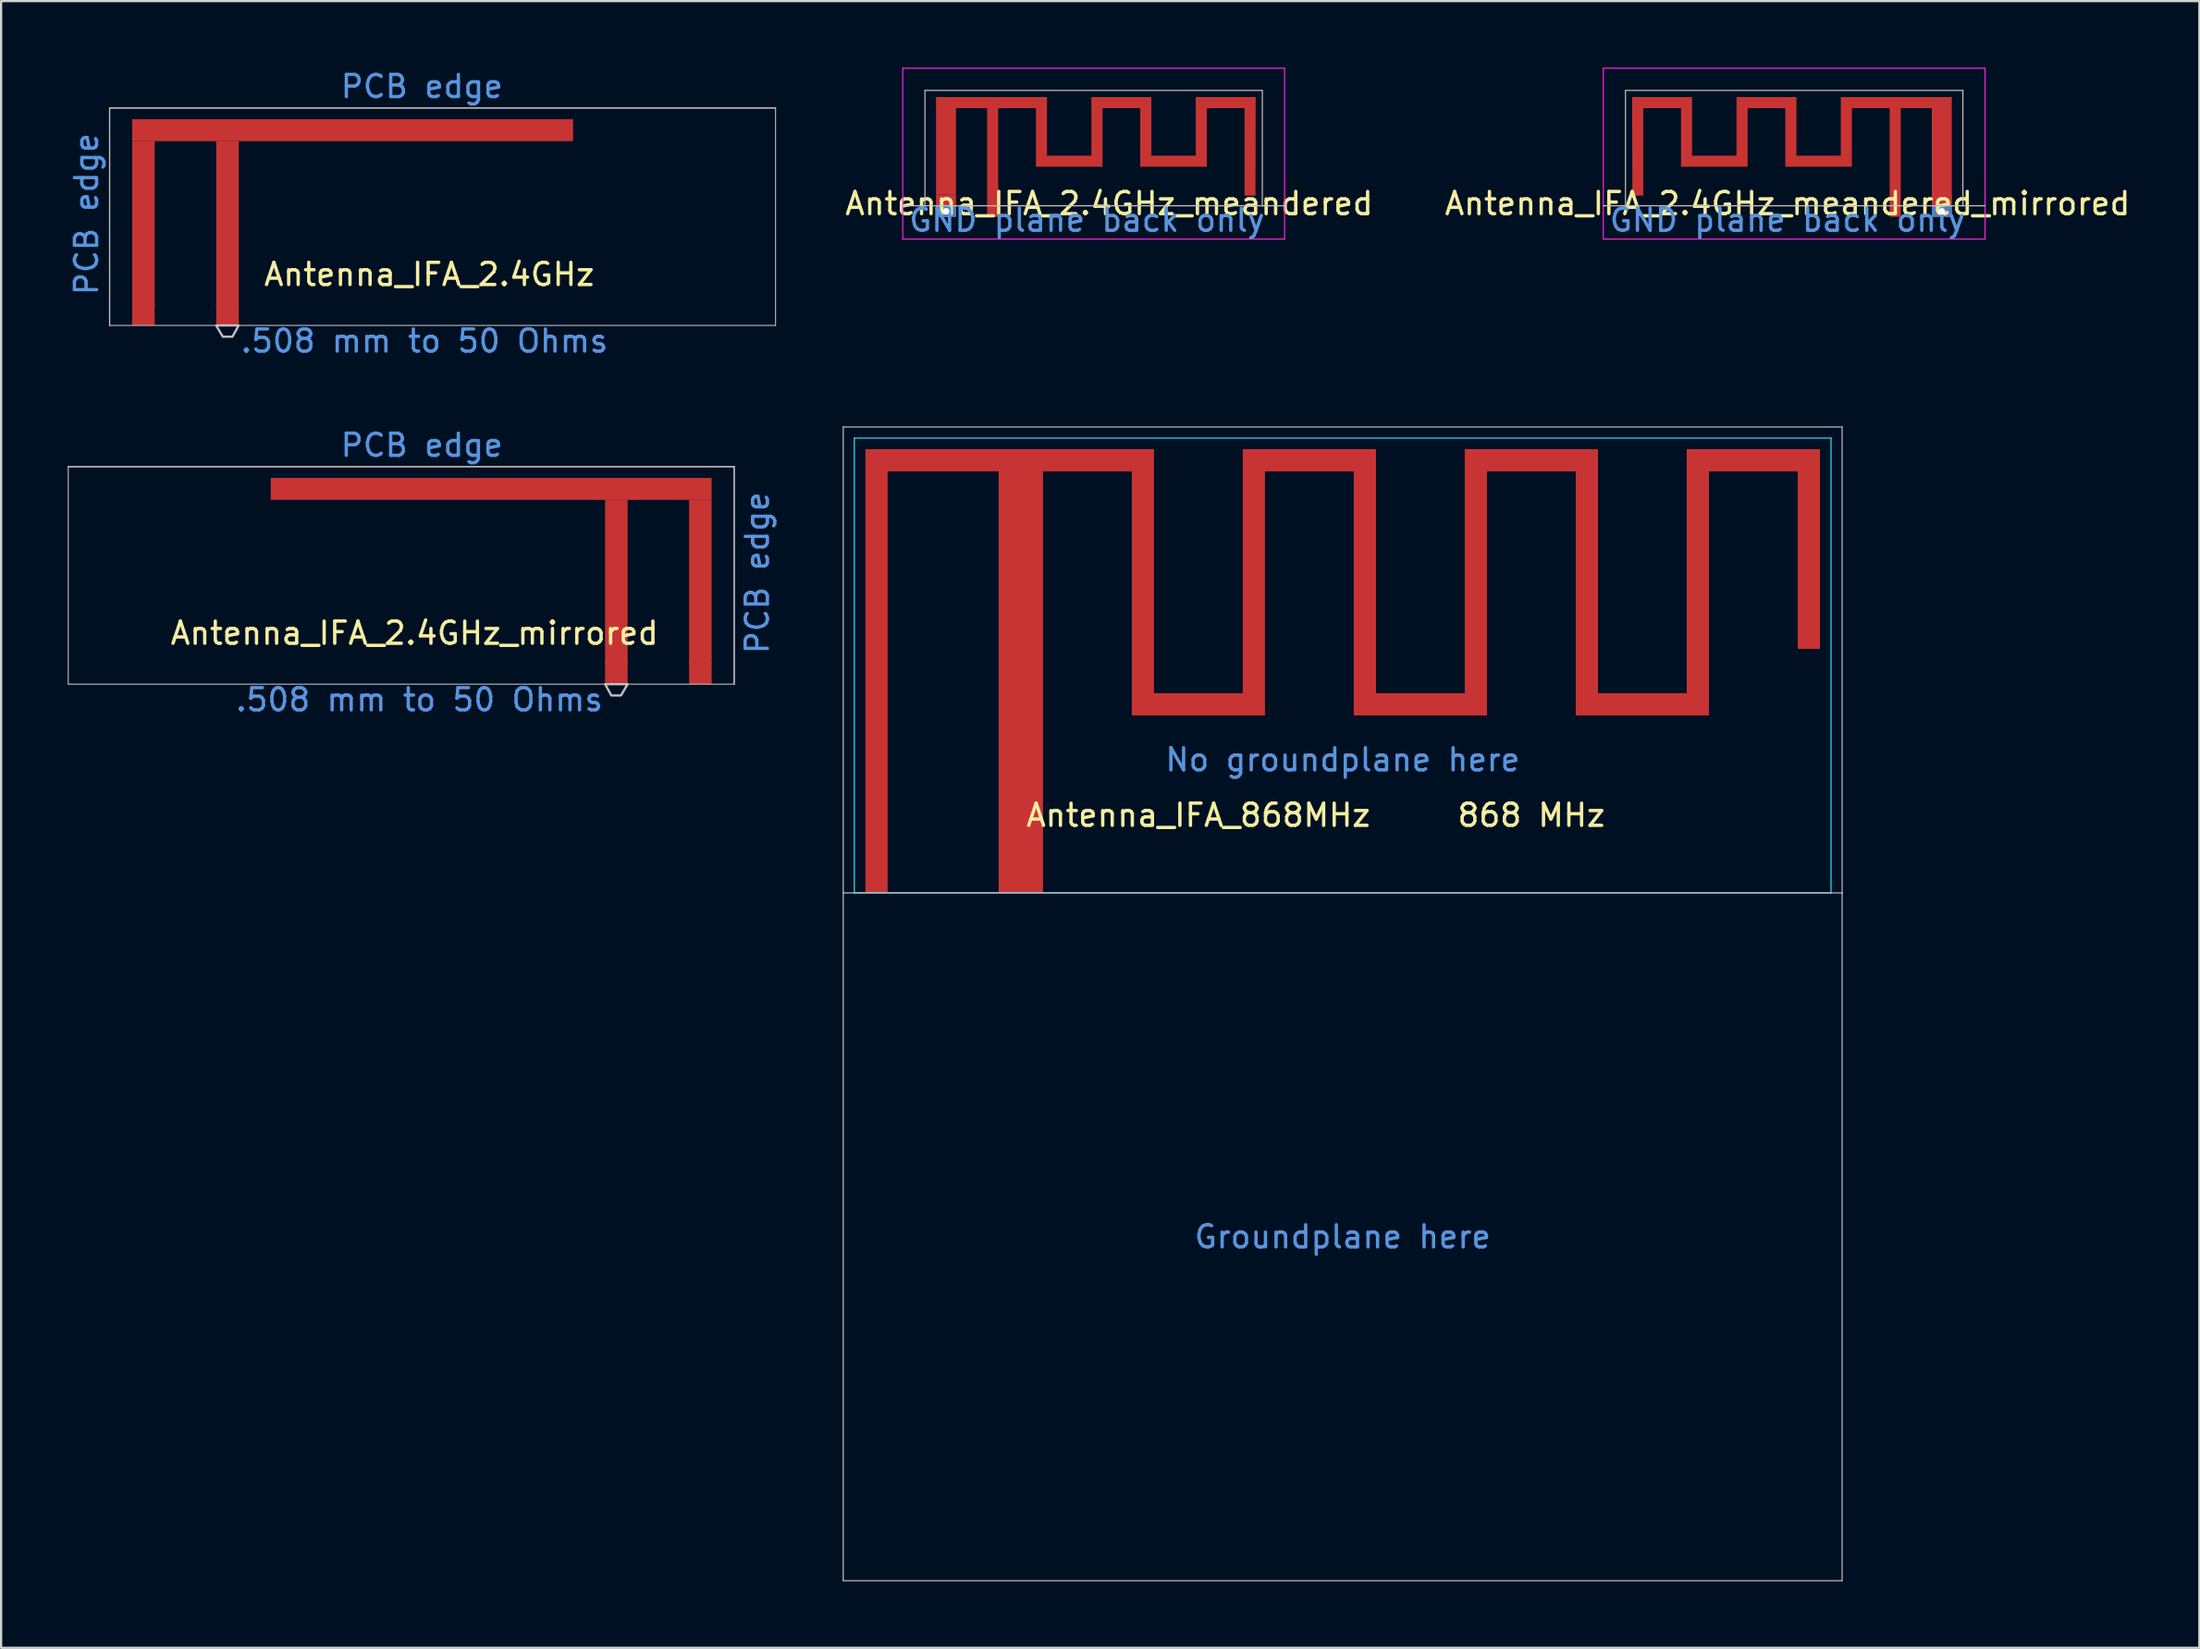
<source format=kicad_pcb>
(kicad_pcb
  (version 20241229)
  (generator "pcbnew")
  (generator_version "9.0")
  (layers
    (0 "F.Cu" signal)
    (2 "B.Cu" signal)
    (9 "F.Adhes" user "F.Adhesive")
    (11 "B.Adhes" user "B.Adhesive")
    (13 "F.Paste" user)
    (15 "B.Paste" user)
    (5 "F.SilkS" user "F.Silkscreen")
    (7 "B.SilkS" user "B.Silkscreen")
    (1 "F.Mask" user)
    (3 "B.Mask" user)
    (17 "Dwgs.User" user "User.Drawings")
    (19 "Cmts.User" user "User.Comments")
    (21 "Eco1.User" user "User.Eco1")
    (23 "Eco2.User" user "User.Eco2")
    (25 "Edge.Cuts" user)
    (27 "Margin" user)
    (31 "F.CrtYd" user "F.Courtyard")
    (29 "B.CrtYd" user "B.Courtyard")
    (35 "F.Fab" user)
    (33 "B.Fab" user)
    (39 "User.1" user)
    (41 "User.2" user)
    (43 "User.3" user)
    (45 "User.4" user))
  (footprint "Antenna_IFA_2.4GHz"
    (layer "F.Cu")
    (at 1.888 11.618)
    (property "Reference" "Antenna_IFA_2.4GHz" (at 14.4 -2.3 0) (layer "F.SilkS") (effects (font (size 1 1) (thickness 0.15))))
    (attr exclude_from_pos_files exclude_from_bom)
    (fp_poly (pts (xy 2.032 -0.9) (xy 1.016 -0.9) (xy 1.016 -8.306) (xy 2.032 -8.306)) (stroke (width 0) (type solid)) (fill yes) (layer "F.Cu"))
    (fp_poly (pts (xy 5.817 -0.9) (xy 4.801 -0.9) (xy 4.801 -8.306) (xy 5.817 -8.306)) (stroke (width 0) (type solid)) (fill yes) (layer "F.Cu"))
    (fp_poly (pts (xy 20.879 -8.306) (xy 1.016 -8.306) (xy 1.016 -9.296) (xy 20.879 -9.296)) (stroke (width 0) (type solid)) (fill yes) (layer "F.Cu"))
    (fp_line (start 0 -9.804) (end 0 0) (stroke (width 0.05) (type solid)) (layer "Dwgs.User"))
    (fp_line (start 0 -9.804) (end 30 -9.804) (stroke (width 0.05) (type solid)) (layer "Dwgs.User"))
    (fp_poly (pts (xy 5.536 0.508) (xy 5.1 0.508) (xy 4.8 0) (xy 5.813 0)) (stroke (width 0.1) (type solid)) (fill no) (layer "Dwgs.User"))
    (fp_line (start 0 -9.8) (end 30 -9.8) (stroke (width 0.05) (type solid)) (layer "F.Fab"))
    (fp_line (start 0 0) (end 0 -9.8) (stroke (width 0.05) (type solid)) (layer "F.Fab"))
    (fp_line (start 30 -9.8) (end 30 0) (stroke (width 0.05) (type solid)) (layer "F.Fab"))
    (fp_line (start 30 0) (end 0 0) (stroke (width 0.05) (type solid)) (layer "F.Fab"))
    (fp_text user "PCB edge" (at -1.04 -5.02 90) (layer "Cmts.User") (effects (font (size 1 1) (thickness 0.15))))
    (fp_text user ".508 mm to 50 Ohms" (at 14.183 0.702 0) (layer "Cmts.User") (effects (font (size 1 1) (thickness 0.15))))
    (fp_text user "PCB edge" (at 14.07 -10.77 0) (layer "Cmts.User") (effects (font (size 1 1) (thickness 0.15))))
    (pad "1" smd rect (at 5.309 -0.5) (size 1.016 1) (layers "F.Cu"))
    (pad "2" smd rect (at 1.524 -0.5) (size 1.016 1) (layers "F.Cu")))
  (footprint "Antenna_IFA_2.4GHz_meandered"
    (layer "F.Cu")
    (at 38.619 6.225)
    (property "Reference" "Antenna_IFA_2.4GHz_meandered" (at 8.3 -0.1 0) (layer "F.SilkS") (effects (font (size 1 1) (thickness 0.15))))
    (attr through_hole)
    (fp_poly (pts (xy 5.5 -2.26) (xy 7.5 -2.26) (xy 7.5 -4.9) (xy 10.2 -4.9) (xy 10.2 -2.26) (xy 12.2 -2.26) (xy 12.2 -4.9) (xy 14.9 -4.9) (xy 14.89 -0.46) (xy 14.4 -0.46) (xy 14.4 -4.4) (xy 12.7 -4.4) (xy 12.7 -1.76) (xy 9.7 -1.76) (xy 9.7 -4.4) (xy 8 -4.4) (xy 8 -1.76) (xy 5 -1.76) (xy 5 -4.4) (xy 3.3 -4.4) (xy 3.3 0) (xy 2.8 0) (xy 2.8 -4.4) (xy 1.4 -4.4) (xy 1.4 -0.5) (xy 0.5 -0.5) (xy 0.5 -4.9) (xy 5.5 -4.9)) (stroke (width 0) (type solid)) (fill yes) (layer "F.Cu"))
    (fp_line (start -1 0) (end 16.2 0) (stroke (width 0.05) (type solid)) (layer "Dwgs.User"))
    (fp_line (start 0 -5.2) (end 0 0) (stroke (width 0.05) (type solid)) (layer "Dwgs.User"))
    (fp_line (start 0 -5.2) (end 15.2 -5.2) (stroke (width 0.05) (type solid)) (layer "Dwgs.User"))
    (fp_line (start 15.2 -5.2) (end 15.2 0) (stroke (width 0.05) (type solid)) (layer "Dwgs.User"))
    (fp_line (start -1 -6.2) (end 16.2 -6.2) (stroke (width 0.05) (type solid)) (layer "F.CrtYd"))
    (fp_line (start -1 1.5) (end -1 -6.2) (stroke (width 0.05) (type solid)) (layer "F.CrtYd"))
    (fp_line (start 16.2 -6.2) (end 16.2 1.5) (stroke (width 0.05) (type solid)) (layer "F.CrtYd"))
    (fp_line (start 16.2 1.5) (end -1 1.5) (stroke (width 0.05) (type solid)) (layer "F.CrtYd"))
    (fp_text user "GND plane back only" (at 7.3 0.65 0) (layer "Cmts.User") (effects (font (size 1 1) (thickness 0.15))))
    (pad "1" smd rect (at 3.05 0.25) (size 0.5 0.5) (layers "F.Cu"))
    (pad "2" smd rect (at 0.95 0) (size 0.9 1) (layers "F.Cu"))
    (pad "2" thru_hole circle (at 0.95 0.25) (size 0.5 0.5) (drill 0.3) (layers "*.Cu"))
    (pad "2" smd rect (at 0.95 0.25) (size 0.9 0.5) (layers "B.Cu")))
  (footprint "Antenna_IFA_2.4GHz_mirrored"
    (layer "F.Cu")
    (at 30.025 27.787)
    (property "Reference" "Antenna_IFA_2.4GHz_mirrored" (at -14.4 -2.3 0) (layer "F.SilkS") (effects (font (size 1 1) (thickness 0.15))))
    (attr exclude_from_pos_files exclude_from_bom)
    (fp_poly (pts (xy -20.879 -8.306) (xy -1.016 -8.306) (xy -1.016 -9.296) (xy -20.879 -9.296)) (stroke (width 0) (type solid)) (fill yes) (layer "F.Cu"))
    (fp_poly (pts (xy -5.817 -0.9) (xy -4.801 -0.9) (xy -4.801 -8.306) (xy -5.817 -8.306)) (stroke (width 0) (type solid)) (fill yes) (layer "F.Cu"))
    (fp_poly (pts (xy -2.032 -0.9) (xy -1.016 -0.9) (xy -1.016 -8.306) (xy -2.032 -8.306)) (stroke (width 0) (type solid)) (fill yes) (layer "F.Cu"))
    (fp_line (start 0 -9.804) (end -30 -9.804) (stroke (width 0.05) (type solid)) (layer "Dwgs.User"))
    (fp_line (start 0 -9.804) (end 0 0) (stroke (width 0.05) (type solid)) (layer "Dwgs.User"))
    (fp_poly (pts (xy -5.536 0.508) (xy -5.1 0.508) (xy -4.8 0) (xy -5.813 0)) (stroke (width 0.1) (type solid)) (fill no) (layer "Dwgs.User"))
    (fp_line (start -30 -9.8) (end -30 0) (stroke (width 0.05) (type solid)) (layer "F.Fab"))
    (fp_line (start -30 0) (end 0 0) (stroke (width 0.05) (type solid)) (layer "F.Fab"))
    (fp_line (start 0 -9.8) (end -30 -9.8) (stroke (width 0.05) (type solid)) (layer "F.Fab"))
    (fp_line (start 0 0) (end 0 -9.8) (stroke (width 0.05) (type solid)) (layer "F.Fab"))
    (fp_text user "PCB edge" (at 1.04 -5.02 90) (layer "Cmts.User") (effects (font (size 1 1) (thickness 0.15))))
    (fp_text user "PCB edge" (at -14.07 -10.77 0) (layer "Cmts.User") (effects (font (size 1 1) (thickness 0.15))))
    (fp_text user ".508 mm to 50 Ohms" (at -14.183 0.702 0) (layer "Cmts.User") (effects (font (size 1 1) (thickness 0.15))))
    (pad "1" smd rect (at -5.309 -0.5) (size 1.016 1) (layers "F.Cu"))
    (pad "2" smd rect (at -1.524 -0.5) (size 1.016 1) (layers "F.Cu")))
  (footprint "Antenna_IFA_868MHz"
    (layer "F.Cu")
    (at 57.438 27.194)
    (property "Reference" "Antenna_IFA_868MHz" (at -6.5 6.5 0) (layer "F.SilkS") (effects (font (size 1 1) (thickness 0.15))))
    (attr exclude_from_pos_files exclude_from_bom)
    (fp_poly (pts (xy -8.5 1) (xy -4.5 1) (xy -4.5 -10) (xy 1.5 -10) (xy 1.5 1) (xy 5.5 1) (xy 5.5 -10) (xy 11.5 -10) (xy 11.5 1) (xy 15.5 1) (xy 15.5 -10) (xy 21.5 -10) (xy 21.5 -1) (xy 20.5 -1) (xy 20.5 -9) (xy 16.5 -9) (xy 16.5 2) (xy 10.5 2) (xy 10.5 -9) (xy 6.5 -9) (xy 6.5 2) (xy 0.5 2) (xy 0.5 -9) (xy -3.5 -9) (xy -3.5 2) (xy -9.5 2) (xy -9.5 -9) (xy -13.5 -9) (xy -13.5 9) (xy -15.5 9) (xy -15.5 -9) (xy -20.5 -9) (xy -20.5 9) (xy -21.5 9) (xy -21.5 -10) (xy -8.5 -10)) (stroke (width 0) (type solid)) (fill yes) (layer "F.Cu"))
    (fp_line (start -22.5 -11) (end -22.5 10) (stroke (width 0.05) (type solid)) (layer "Dwgs.User"))
    (fp_line (start -22.5 10) (end 22.5 10) (stroke (width 0.05) (type solid)) (layer "Dwgs.User"))
    (fp_line (start -22.5 41) (end -22.5 10) (stroke (width 0.05) (type solid)) (layer "Dwgs.User"))
    (fp_line (start 22.5 -11) (end -22.5 -11) (stroke (width 0.05) (type solid)) (layer "Dwgs.User"))
    (fp_line (start 22.5 10) (end 22.5 -11) (stroke (width 0.05) (type solid)) (layer "Dwgs.User"))
    (fp_line (start 22.5 10) (end 22.5 41) (stroke (width 0.05) (type solid)) (layer "Dwgs.User"))
    (fp_line (start 22.5 41) (end -22.5 41) (stroke (width 0.05) (type solid)) (layer "Dwgs.User"))
    (fp_line (start -22 -10.5) (end 22 -10.5) (stroke (width 0.05) (type solid)) (layer "B.CrtYd"))
    (fp_line (start -22 10) (end -22 -10.5) (stroke (width 0.05) (type solid)) (layer "B.CrtYd"))
    (fp_line (start 22 -10.5) (end 22 10) (stroke (width 0.05) (type solid)) (layer "B.CrtYd"))
    (fp_line (start 22 10) (end -22 10) (stroke (width 0.05) (type solid)) (layer "B.CrtYd"))
    (fp_text user "868 MHz" (at 8.5 6.5 0) (layer "F.SilkS") (effects (font (size 1 1) (thickness 0.15))))
    (fp_text user "No groundplane here" (at 0 4 0) (layer "Cmts.User") (effects (font (size 1 1) (thickness 0.15))))
    (fp_text user "Groundplane here" (at 0 25.5 0) (layer "Cmts.User") (effects (font (size 1 1) (thickness 0.15))))
    (pad "1" smd rect (at -14.5 9.5) (size 2 1) (layers "F.Cu"))
    (pad "2" smd rect (at -21 9.5) (size 1 1) (layers "F.Cu")))
  (footprint "Antenna_IFA_2.4GHz_meandered_mirrored"
    (layer "F.Cu")
    (at 70.179 6.225)
    (property "Reference" "Antenna_IFA_2.4GHz_meandered_mirrored" (at 7.3 -0.1 0) (layer "F.SilkS") (effects (font (size 1 1) (thickness 0.15))))
    (attr exclude_from_pos_files exclude_from_bom)
    (fp_poly (pts (xy 9.7 -2.26) (xy 7.7 -2.26) (xy 7.7 -4.9) (xy 5 -4.9) (xy 5 -2.26) (xy 3 -2.26) (xy 3 -4.9) (xy 0.3 -4.9) (xy 0.31 -0.46) (xy 0.8 -0.46) (xy 0.8 -4.4) (xy 2.5 -4.4) (xy 2.5 -1.76) (xy 5.5 -1.76) (xy 5.5 -4.4) (xy 7.2 -4.4) (xy 7.2 -1.76) (xy 10.2 -1.76) (xy 10.2 -4.4) (xy 11.9 -4.4) (xy 11.9 0) (xy 12.4 0) (xy 12.4 -4.4) (xy 13.8 -4.4) (xy 13.8 -0.1) (xy 14.7 -0.1) (xy 14.7 -4.9) (xy 9.7 -4.9)) (stroke (width 0) (type solid)) (fill yes) (layer "F.Cu"))
    (fp_line (start -1 0) (end 16.2 0) (stroke (width 0.05) (type solid)) (layer "Dwgs.User"))
    (fp_line (start 0 -5.2) (end 0 0) (stroke (width 0.05) (type solid)) (layer "Dwgs.User"))
    (fp_line (start 15.2 -5.2) (end 0 -5.2) (stroke (width 0.05) (type solid)) (layer "Dwgs.User"))
    (fp_line (start 15.2 -5.2) (end 15.2 0) (stroke (width 0.05) (type solid)) (layer "Dwgs.User"))
    (fp_line (start -1 -6.2) (end -1 1.5) (stroke (width 0.05) (type solid)) (layer "F.CrtYd"))
    (fp_line (start -1 1.5) (end 16.2 1.5) (stroke (width 0.05) (type solid)) (layer "F.CrtYd"))
    (fp_line (start 16.2 -6.2) (end -1 -6.2) (stroke (width 0.05) (type solid)) (layer "F.CrtYd"))
    (fp_line (start 16.2 1.5) (end 16.2 -6.2) (stroke (width 0.05) (type solid)) (layer "F.CrtYd"))
    (fp_text user "GND plane back only" (at 7.3 0.65 0) (layer "Cmts.User") (effects (font (size 1 1) (thickness 0.15))))
    (pad "1" smd rect (at 12.15 0.25) (size 0.5 0.5) (layers "F.Cu"))
    (pad "2" smd rect (at 14.25 0) (size 0.9 1) (layers "F.Cu"))
    (pad "2" thru_hole circle (at 14.25 0.25) (size 0.5 0.5) (drill 0.3) (layers "*.Cu"))
    (pad "2" smd rect (at 14.25 0.25) (size 0.9 0.5) (layers "B.Cu")))
  (gr_rect
    (start -3 -3)
    (end 96.032 71.219)
    (stroke (width 0.1) (type default))
    (fill no)
    (layer "Edge.Cuts")))
</source>
